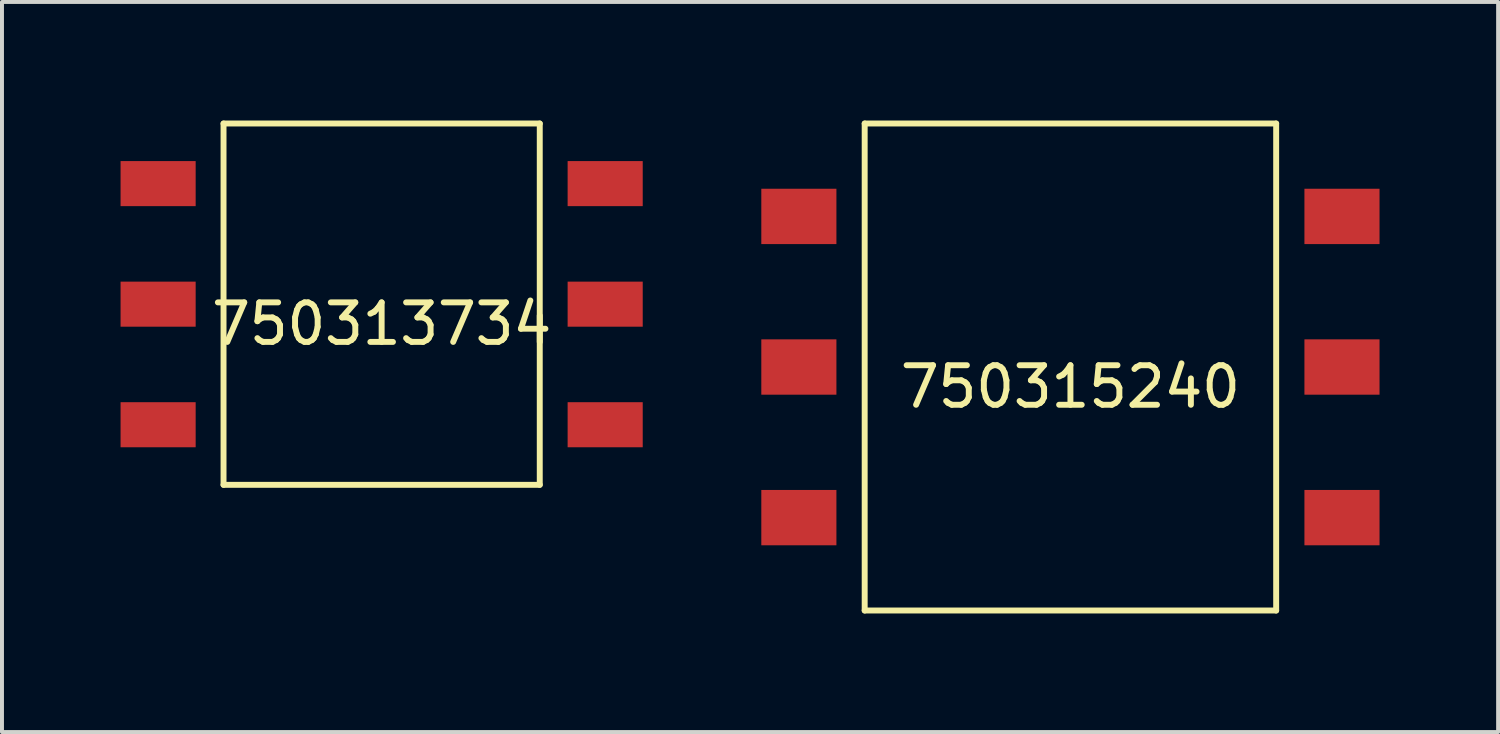
<source format=kicad_pcb>
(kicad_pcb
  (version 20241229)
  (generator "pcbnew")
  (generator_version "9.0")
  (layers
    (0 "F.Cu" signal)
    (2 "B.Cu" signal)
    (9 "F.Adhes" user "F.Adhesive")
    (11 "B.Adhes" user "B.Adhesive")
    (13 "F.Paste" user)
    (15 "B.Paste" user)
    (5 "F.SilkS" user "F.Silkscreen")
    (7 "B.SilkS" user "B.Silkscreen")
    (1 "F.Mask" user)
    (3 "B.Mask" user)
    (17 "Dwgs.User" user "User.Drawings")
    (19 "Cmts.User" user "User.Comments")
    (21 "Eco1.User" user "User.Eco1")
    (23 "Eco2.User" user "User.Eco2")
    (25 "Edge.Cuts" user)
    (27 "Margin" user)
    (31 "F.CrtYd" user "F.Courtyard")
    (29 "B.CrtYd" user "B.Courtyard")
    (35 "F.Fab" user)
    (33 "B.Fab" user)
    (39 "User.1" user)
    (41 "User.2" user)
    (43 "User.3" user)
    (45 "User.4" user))
  (footprint "750315240"
    (layer "F.Cu")
    (at 24.03 6.235)
    (property "Reference" "750315240" (at 0 0.5 0) (layer "F.SilkS") (effects (font (size 1 1) (thickness 0.15))))
    (attr through_hole)
    (fp_line (start -5.205 -6.16) (end -5.205 6.16) (stroke (width 0.15) (type solid)) (layer "F.SilkS"))
    (fp_line (start -5.205 6.16) (end 5.205 6.16) (stroke (width 0.15) (type solid)) (layer "F.SilkS"))
    (fp_line (start 5.205 -6.16) (end -5.205 -6.16) (stroke (width 0.15) (type solid)) (layer "F.SilkS"))
    (fp_line (start 5.205 6.16) (end 5.205 -6.16) (stroke (width 0.15) (type solid)) (layer "F.SilkS"))
    (pad "1" smd rect (at -6.87 -3.81) (size 1.9 1.4) (layers "F.Cu" "F.Mask" "F.Paste"))
    (pad "1" smd rect (at -6.87 0) (size 1.9 1.4) (layers "F.Cu" "F.Mask" "F.Paste"))
    (pad "1" smd rect (at -6.87 3.81) (size 1.9 1.4) (layers "F.Cu" "F.Mask" "F.Paste"))
    (pad "1" smd rect (at 6.87 -3.81) (size 1.9 1.4) (layers "F.Cu" "F.Mask" "F.Paste"))
    (pad "1" smd rect (at 6.87 0) (size 1.9 1.4) (layers "F.Cu" "F.Mask" "F.Paste"))
    (pad "1" smd rect (at 6.87 3.81) (size 1.9 1.4) (layers "F.Cu" "F.Mask" "F.Paste")))
  (footprint "750313734"
    (layer "F.Cu")
    (at 6.605 4.645)
    (property "Reference" "750313734" (at 0 0.5 0) (layer "F.SilkS") (effects (font (size 1 1) (thickness 0.15))))
    (attr through_hole)
    (fp_line (start -4 -4.57) (end -4 4.57) (stroke (width 0.15) (type solid)) (layer "F.SilkS"))
    (fp_line (start -4 4.57) (end 4 4.57) (stroke (width 0.15) (type solid)) (layer "F.SilkS"))
    (fp_line (start 4 -4.57) (end -4 -4.57) (stroke (width 0.15) (type solid)) (layer "F.SilkS"))
    (fp_line (start 4 4.57) (end 4 -4.57) (stroke (width 0.15) (type solid)) (layer "F.SilkS"))
    (pad "1" smd rect (at -5.655 -3.05) (size 1.9 1.14) (layers "F.Cu" "F.Mask" "F.Paste"))
    (pad "1" smd rect (at -5.655 0) (size 1.9 1.14) (layers "F.Cu" "F.Mask" "F.Paste"))
    (pad "1" smd rect (at -5.655 3.05) (size 1.9 1.14) (layers "F.Cu" "F.Mask" "F.Paste"))
    (pad "1" smd rect (at 5.655 -3.05) (size 1.9 1.14) (layers "F.Cu" "F.Mask" "F.Paste"))
    (pad "1" smd rect (at 5.655 0) (size 1.9 1.14) (layers "F.Cu" "F.Mask" "F.Paste"))
    (pad "1" smd rect (at 5.655 3.05) (size 1.9 1.14) (layers "F.Cu" "F.Mask" "F.Paste")))
  (gr_rect
    (start -3 -3)
    (end 34.85 15.47)
    (stroke (width 0.1) (type default))
    (fill no)
    (layer "Edge.Cuts")))
</source>
